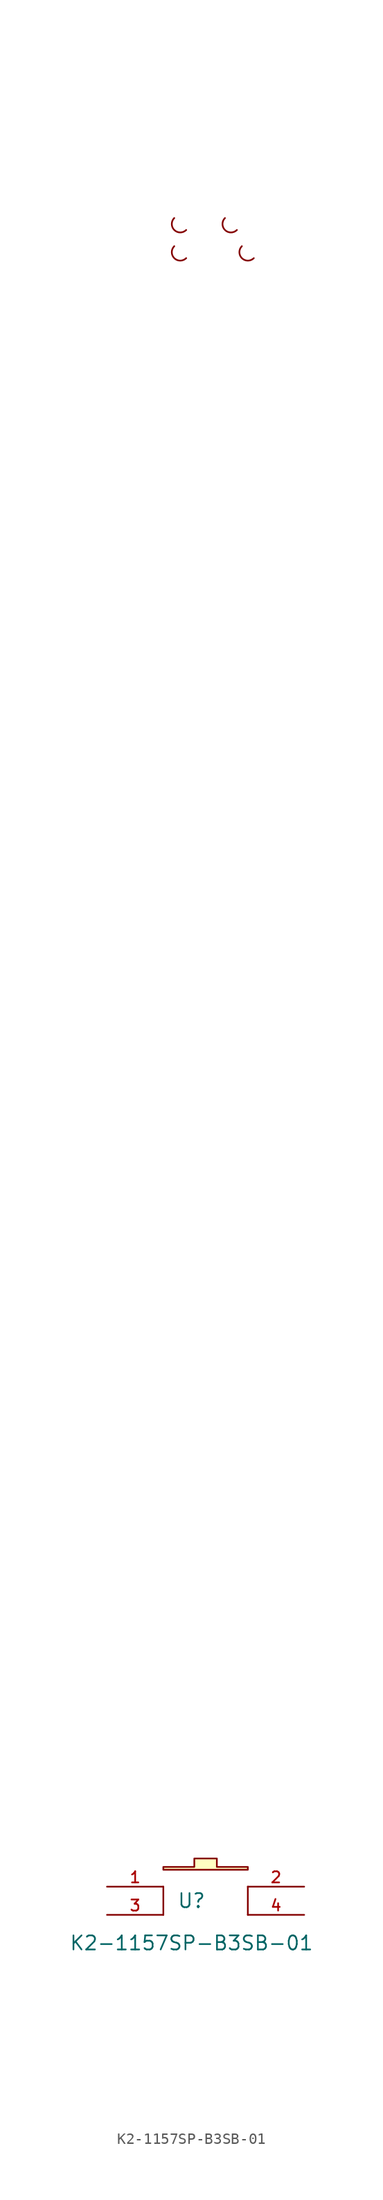
<source format=kicad_sym>
(kicad_symbol_lib
  (version 20210201)
  (generator TousstNicolas/JLC2KiCad_lib)
  (symbol "K2-1157SP-B3SB-01"
    (pin_names hide)
    (property "Reference" "U"
      (at 0 1.27 0)
      (effects (font (size 1.27 1.27))))
    (property "Value" "K2-1157SP-B3SB-01"
      (at 0 -2.54 0)
      (effects (font (size 1.27 1.27))))
    (symbol "K2-1157SP-B3SB-01_0_1"
      (pin unspecified line (at 10.16 -0.0 180) (length 5.08) (name "4" (effects (font (size 1 1)))) (number "4" (effects (font (size 1 1)))))
      (arc (start 4.094823556911267 151.86082795439177) (mid 3.017190667117181 151.86082795439177) (end 3.017190667117181 152.93846084418584) (stroke (width 0) (type default) (color 0 0 0 0)) (fill (type none)))
      (polyline (pts (xy 5.08 -0.0) (xy 5.08 2.54)) (stroke (width 0) (type default) (color 0 0 0 0)) (fill (type none)))
      (polyline (pts (xy -2.54 -0.0) (xy -2.54 2.54)) (stroke (width 0) (type default) (color 0 0 0 0)) (fill (type none)))
      (arc (start -0.4771855871070207 151.86214875703337) (mid -1.5548184769011075 151.86214875703337) (end -1.5548184769011075 152.93978164682747) (stroke (width 0) (type default) (color 0 0 0 0)) (fill (type none)))
      (pin unspecified line (at -7.62 -0.0 0) (length 5.08) (name "3" (effects (font (size 1 1)))) (number "3" (effects (font (size 1 1)))))
      (pin unspecified line (at 10.16 2.54 180) (length 5.08) (name "2" (effects (font (size 1 1)))) (number "2" (effects (font (size 1 1)))))
      (pin unspecified line (at -7.62 2.54 0) (length 5.08) (name "1" (effects (font (size 1 1)))) (number "1" (effects (font (size 1 1)))))
      (arc (start 5.618826604917364 149.3221436770232) (mid 4.541193715123277 149.3221436770232) (end 4.541193715123277 150.3997765668173) (stroke (width 0) (type default) (color 0 0 0 0)) (fill (type none)))
      (arc (start -0.4771855871070207 149.3221436770232) (mid -1.5548184769011075 149.3221436770232) (end -1.5548184769011075 150.3997765668173) (stroke (width 0) (type default) (color 0 0 0 0)) (fill (type none)))
      (polyline (pts (xy -2.54 4.318) (xy -2.54 4.064) (xy 5.08 4.064) (xy 5.08 4.318) (xy 2.286 4.318) (xy 2.286 5.08) (xy 0.254 5.08) (xy 0.254 4.318) (xy -2.54 4.318)) (stroke (width 0) (type default) (color 0 0 0 0)) (fill (type background))))))
</source>
